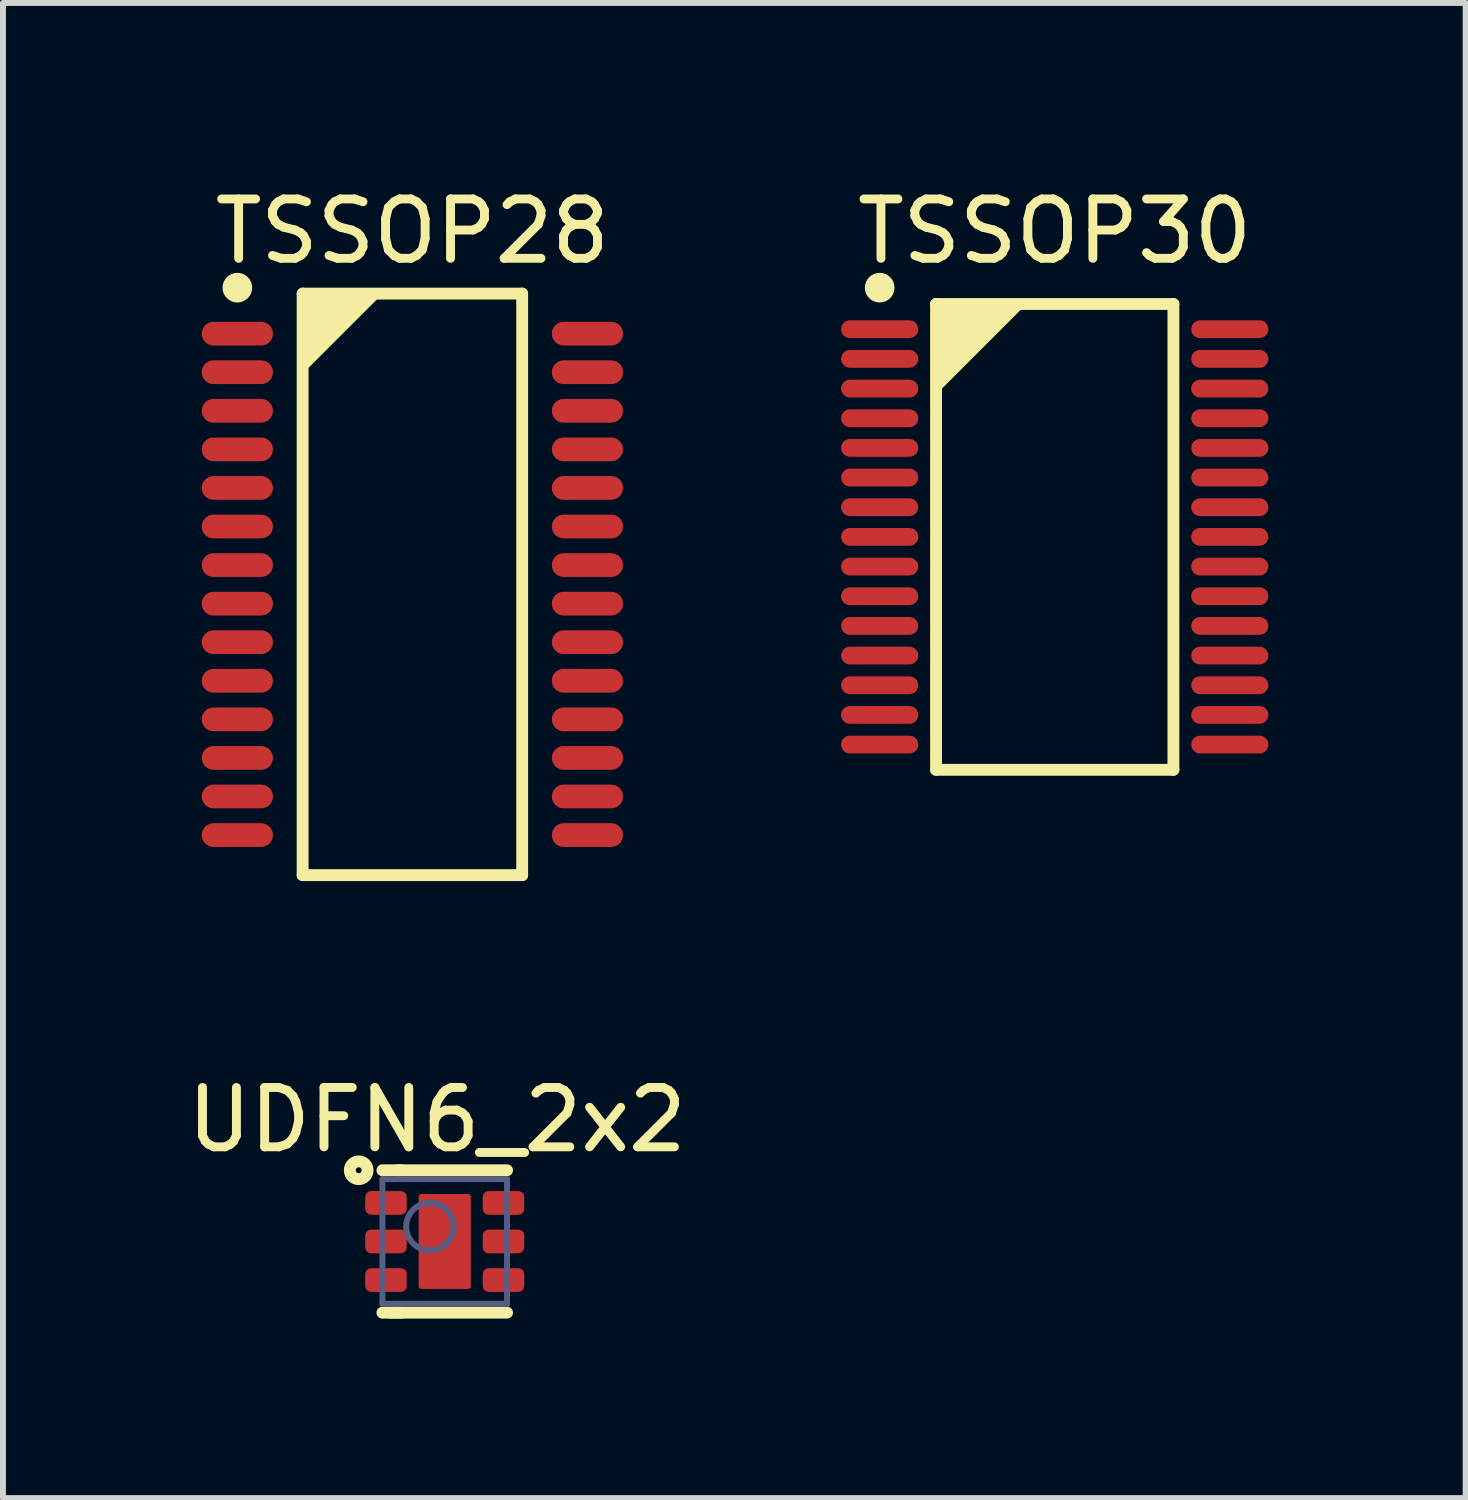
<source format=kicad_pcb>
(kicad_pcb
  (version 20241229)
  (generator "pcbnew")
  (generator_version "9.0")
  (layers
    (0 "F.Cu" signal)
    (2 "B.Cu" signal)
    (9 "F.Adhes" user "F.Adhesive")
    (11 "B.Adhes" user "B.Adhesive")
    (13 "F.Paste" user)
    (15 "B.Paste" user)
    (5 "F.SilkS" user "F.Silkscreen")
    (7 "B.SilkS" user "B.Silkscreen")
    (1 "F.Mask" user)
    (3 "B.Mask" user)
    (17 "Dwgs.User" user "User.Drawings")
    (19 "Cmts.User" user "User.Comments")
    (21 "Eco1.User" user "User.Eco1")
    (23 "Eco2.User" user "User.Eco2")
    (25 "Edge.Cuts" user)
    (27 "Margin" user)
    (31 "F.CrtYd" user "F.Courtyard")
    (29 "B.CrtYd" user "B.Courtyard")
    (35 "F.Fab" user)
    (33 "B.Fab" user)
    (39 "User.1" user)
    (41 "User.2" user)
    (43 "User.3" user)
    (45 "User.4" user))
  (footprint "TSSOP28"
    (layer "F.Cu")
    (at 3.9 6.798)
    (property "Reference" "TSSOP28" (at 0 -5.95 0) (layer "F.SilkS") (effects (font (size 1 1) (thickness 0.15))))
    (fp_line (start -1.85 -4.9) (end 1.85 -4.9) (stroke (width 0.2) (type solid)) (layer "F.SilkS"))
    (fp_line (start -1.85 4.9) (end -1.85 -4.9) (stroke (width 0.2) (type solid)) (layer "F.SilkS"))
    (fp_line (start -1.85 4.9) (end 1.85 4.9) (stroke (width 0.2) (type solid)) (layer "F.SilkS"))
    (fp_line (start 1.85 4.9) (end 1.85 -4.9) (stroke (width 0.2) (type solid)) (layer "F.SilkS"))
    (fp_circle (center -2.95 -5) (end -2.95 -5.125) (stroke (width 0.25) (type solid)) (fill no) (layer "F.SilkS"))
    (fp_poly (pts (xy -1.85 -4.9) (xy -0.5 -4.9) (xy -1.909 -3.491)) (stroke (width 0) (type default)) (fill yes) (layer "F.SilkS"))
    (fp_line (start -3.875 -5.15) (end 3.875 -5.15) (stroke (width 0.05) (type solid)) (layer "Eco2.User"))
    (fp_line (start -3.875 5.15) (end -3.875 -5.15) (stroke (width 0.05) (type solid)) (layer "Eco2.User"))
    (fp_line (start -3.875 5.15) (end 3.875 5.15) (stroke (width 0.05) (type solid)) (layer "Eco2.User"))
    (fp_line (start -0.5 0) (end 0.5 0) (stroke (width 0.1) (type solid)) (layer "Eco2.User"))
    (fp_line (start 0 0.5) (end 0 -0.5) (stroke (width 0.1) (type solid)) (layer "Eco2.User"))
    (fp_line (start 3.875 5.15) (end 3.875 -5.15) (stroke (width 0.05) (type solid)) (layer "Eco2.User"))
    (pad "1" smd oval (at -2.95 -4.225 90) (size 0.4 1.2) (layers "F.Cu" "F.Mask" "F.Paste"))
    (pad "2" smd oval (at -2.95 -3.575 90) (size 0.4 1.2) (layers "F.Cu" "F.Mask" "F.Paste"))
    (pad "3" smd oval (at -2.95 -2.925 90) (size 0.4 1.2) (layers "F.Cu" "F.Mask" "F.Paste"))
    (pad "4" smd oval (at -2.95 -2.275 90) (size 0.4 1.2) (layers "F.Cu" "F.Mask" "F.Paste"))
    (pad "5" smd oval (at -2.95 -1.625 90) (size 0.4 1.2) (layers "F.Cu" "F.Mask" "F.Paste"))
    (pad "6" smd oval (at -2.95 -0.975 90) (size 0.4 1.2) (layers "F.Cu" "F.Mask" "F.Paste"))
    (pad "7" smd oval (at -2.95 -0.325 90) (size 0.4 1.2) (layers "F.Cu" "F.Mask" "F.Paste"))
    (pad "8" smd oval (at -2.95 0.325 90) (size 0.4 1.2) (layers "F.Cu" "F.Mask" "F.Paste"))
    (pad "9" smd oval (at -2.95 0.975 90) (size 0.4 1.2) (layers "F.Cu" "F.Mask" "F.Paste"))
    (pad "10" smd oval (at -2.95 1.625 90) (size 0.4 1.2) (layers "F.Cu" "F.Mask" "F.Paste"))
    (pad "11" smd oval (at -2.95 2.275 90) (size 0.4 1.2) (layers "F.Cu" "F.Mask" "F.Paste"))
    (pad "12" smd oval (at -2.95 2.925 90) (size 0.4 1.2) (layers "F.Cu" "F.Mask" "F.Paste"))
    (pad "13" smd oval (at -2.95 3.575 90) (size 0.4 1.2) (layers "F.Cu" "F.Mask" "F.Paste"))
    (pad "14" smd oval (at -2.95 4.225 90) (size 0.4 1.2) (layers "F.Cu" "F.Mask" "F.Paste"))
    (pad "15" smd oval (at 2.95 4.225 90) (size 0.4 1.2) (layers "F.Cu" "F.Mask" "F.Paste"))
    (pad "16" smd oval (at 2.95 3.575 90) (size 0.4 1.2) (layers "F.Cu" "F.Mask" "F.Paste"))
    (pad "17" smd oval (at 2.95 2.925 90) (size 0.4 1.2) (layers "F.Cu" "F.Mask" "F.Paste"))
    (pad "18" smd oval (at 2.95 2.275 90) (size 0.4 1.2) (layers "F.Cu" "F.Mask" "F.Paste"))
    (pad "19" smd oval (at 2.95 1.625 90) (size 0.4 1.2) (layers "F.Cu" "F.Mask" "F.Paste"))
    (pad "20" smd oval (at 2.95 0.975 90) (size 0.4 1.2) (layers "F.Cu" "F.Mask" "F.Paste"))
    (pad "21" smd oval (at 2.95 0.325 90) (size 0.4 1.2) (layers "F.Cu" "F.Mask" "F.Paste"))
    (pad "22" smd oval (at 2.95 -0.325 90) (size 0.4 1.2) (layers "F.Cu" "F.Mask" "F.Paste"))
    (pad "23" smd oval (at 2.95 -0.975 90) (size 0.4 1.2) (layers "F.Cu" "F.Mask" "F.Paste"))
    (pad "24" smd oval (at 2.95 -1.625 90) (size 0.4 1.2) (layers "F.Cu" "F.Mask" "F.Paste"))
    (pad "25" smd oval (at 2.95 -2.275 90) (size 0.4 1.2) (layers "F.Cu" "F.Mask" "F.Paste"))
    (pad "26" smd oval (at 2.95 -2.925 90) (size 0.4 1.2) (layers "F.Cu" "F.Mask" "F.Paste"))
    (pad "27" smd oval (at 2.95 -3.575 90) (size 0.4 1.2) (layers "F.Cu" "F.Mask" "F.Paste"))
    (pad "28" smd oval (at 2.95 -4.225 90) (size 0.4 1.2) (layers "F.Cu" "F.Mask" "F.Paste")))
  (footprint "TSSOP30"
    (layer "F.Cu")
    (at 14.725 5.998)
    (property "Reference" "TSSOP30" (at 0 -5.15 0) (layer "F.SilkS") (effects (font (size 1 1) (thickness 0.15))))
    (fp_line (start -2 -3.925) (end 2 -3.925) (stroke (width 0.2) (type solid)) (layer "F.SilkS"))
    (fp_line (start -2 3.925) (end -2 -3.925) (stroke (width 0.2) (type solid)) (layer "F.SilkS"))
    (fp_line (start -2 3.925) (end 2 3.925) (stroke (width 0.2) (type solid)) (layer "F.SilkS"))
    (fp_line (start 2 3.925) (end 2 -3.925) (stroke (width 0.2) (type solid)) (layer "F.SilkS"))
    (fp_circle (center -2.95 -4.2) (end -2.95 -4.325) (stroke (width 0.25) (type solid)) (fill no) (layer "F.SilkS"))
    (fp_poly (pts (xy -2 -3.9) (xy -0.5 -3.9) (xy -2 -2.4)) (stroke (width 0) (type default)) (fill yes) (layer "F.SilkS"))
    (fp_line (start -3.9 -4.2) (end 3.9 -4.2) (stroke (width 0.05) (type solid)) (layer "Eco2.User"))
    (fp_line (start -3.9 4.2) (end -3.9 -4.2) (stroke (width 0.05) (type solid)) (layer "Eco2.User"))
    (fp_line (start -3.9 4.2) (end 3.9 4.2) (stroke (width 0.05) (type solid)) (layer "Eco2.User"))
    (fp_line (start -0.5 0) (end 0.5 0) (stroke (width 0.1) (type solid)) (layer "Eco2.User"))
    (fp_line (start 0 0.5) (end 0 -0.5) (stroke (width 0.1) (type solid)) (layer "Eco2.User"))
    (fp_line (start 3.9 4.2) (end 3.9 -4.2) (stroke (width 0.05) (type solid)) (layer "Eco2.User"))
    (pad "1" smd oval (at -2.95 -3.5 90) (size 0.3 1.3) (layers "F.Cu" "F.Mask" "F.Paste"))
    (pad "2" smd oval (at -2.95 -3 90) (size 0.3 1.3) (layers "F.Cu" "F.Mask" "F.Paste"))
    (pad "3" smd oval (at -2.95 -2.5 90) (size 0.3 1.3) (layers "F.Cu" "F.Mask" "F.Paste"))
    (pad "4" smd oval (at -2.95 -2 90) (size 0.3 1.3) (layers "F.Cu" "F.Mask" "F.Paste"))
    (pad "5" smd oval (at -2.95 -1.5 90) (size 0.3 1.3) (layers "F.Cu" "F.Mask" "F.Paste"))
    (pad "6" smd oval (at -2.95 -1 90) (size 0.3 1.3) (layers "F.Cu" "F.Mask" "F.Paste"))
    (pad "7" smd oval (at -2.95 -0.5 90) (size 0.3 1.3) (layers "F.Cu" "F.Mask" "F.Paste"))
    (pad "8" smd oval (at -2.95 0 90) (size 0.3 1.3) (layers "F.Cu" "F.Mask" "F.Paste"))
    (pad "9" smd oval (at -2.95 0.5 90) (size 0.3 1.3) (layers "F.Cu" "F.Mask" "F.Paste"))
    (pad "10" smd oval (at -2.95 1 90) (size 0.3 1.3) (layers "F.Cu" "F.Mask" "F.Paste"))
    (pad "11" smd oval (at -2.95 1.5 90) (size 0.3 1.3) (layers "F.Cu" "F.Mask" "F.Paste"))
    (pad "12" smd oval (at -2.95 2 90) (size 0.3 1.3) (layers "F.Cu" "F.Mask" "F.Paste"))
    (pad "13" smd oval (at -2.95 2.5 90) (size 0.3 1.3) (layers "F.Cu" "F.Mask" "F.Paste"))
    (pad "14" smd oval (at -2.95 3 90) (size 0.3 1.3) (layers "F.Cu" "F.Mask" "F.Paste"))
    (pad "15" smd oval (at -2.95 3.5 90) (size 0.3 1.3) (layers "F.Cu" "F.Mask" "F.Paste"))
    (pad "16" smd oval (at 2.95 3.5 90) (size 0.3 1.3) (layers "F.Cu" "F.Mask" "F.Paste"))
    (pad "17" smd oval (at 2.95 3 90) (size 0.3 1.3) (layers "F.Cu" "F.Mask" "F.Paste"))
    (pad "18" smd oval (at 2.95 2.5 90) (size 0.3 1.3) (layers "F.Cu" "F.Mask" "F.Paste"))
    (pad "19" smd oval (at 2.95 2 90) (size 0.3 1.3) (layers "F.Cu" "F.Mask" "F.Paste"))
    (pad "20" smd oval (at 2.95 1.5 90) (size 0.3 1.3) (layers "F.Cu" "F.Mask" "F.Paste"))
    (pad "21" smd oval (at 2.95 1 90) (size 0.3 1.3) (layers "F.Cu" "F.Mask" "F.Paste"))
    (pad "22" smd oval (at 2.95 0.5 90) (size 0.3 1.3) (layers "F.Cu" "F.Mask" "F.Paste"))
    (pad "23" smd oval (at 2.95 0 90) (size 0.3 1.3) (layers "F.Cu" "F.Mask" "F.Paste"))
    (pad "24" smd oval (at 2.95 -0.5 90) (size 0.3 1.3) (layers "F.Cu" "F.Mask" "F.Paste"))
    (pad "25" smd oval (at 2.95 -1 90) (size 0.3 1.3) (layers "F.Cu" "F.Mask" "F.Paste"))
    (pad "26" smd oval (at 2.95 -1.5 90) (size 0.3 1.3) (layers "F.Cu" "F.Mask" "F.Paste"))
    (pad "27" smd oval (at 2.95 -2 90) (size 0.3 1.3) (layers "F.Cu" "F.Mask" "F.Paste"))
    (pad "28" smd oval (at 2.95 -2.5 90) (size 0.3 1.3) (layers "F.Cu" "F.Mask" "F.Paste"))
    (pad "29" smd oval (at 2.95 -3 90) (size 0.3 1.3) (layers "F.Cu" "F.Mask" "F.Paste"))
    (pad "30" smd oval (at 2.95 -3.5 90) (size 0.3 1.3) (layers "F.Cu" "F.Mask" "F.Paste")))
  (footprint "UDFN6_2x2"
    (layer "F.Cu")
    (at 4.445 17.872)
    (property "Reference" "UDFN6_2x2" (at -0.13 -2.05 0) (layer "F.SilkS") (effects (font (size 1 1) (thickness 0.15))))
    (fp_line (start -1.05 -1.2) (end -0.74 -1.2) (stroke (width 0.2) (type solid)) (layer "F.SilkS"))
    (fp_line (start -1.05 1.2) (end -0.74 1.2) (stroke (width 0.2) (type solid)) (layer "F.SilkS"))
    (fp_line (start -0.9 1.2) (end 1.05 1.2) (stroke (width 0.2) (type solid)) (layer "F.SilkS"))
    (fp_line (start -0.8 -1.2) (end 1.05 -1.2) (stroke (width 0.2) (type solid)) (layer "F.SilkS"))
    (fp_circle (center -1.45 -1.2) (end -1.45 -1.25) (stroke (width 0.2) (type solid)) (fill no) (layer "F.SilkS"))
    (fp_line (start -1.605 -1.3) (end 1.605 -1.3) (stroke (width 0.05) (type solid)) (layer "Eco2.User"))
    (fp_line (start -1.605 1.3) (end -1.605 -1.3) (stroke (width 0.05) (type solid)) (layer "Eco2.User"))
    (fp_line (start -1.605 1.3) (end 1.605 1.3) (stroke (width 0.05) (type solid)) (layer "Eco2.User"))
    (fp_line (start -0.5 0) (end 0.5 0) (stroke (width 0.1) (type solid)) (layer "Eco2.User"))
    (fp_line (start 0 0.5) (end 0 -0.5) (stroke (width 0.1) (type solid)) (layer "Eco2.User"))
    (fp_line (start 1.605 1.3) (end 1.605 -1.3) (stroke (width 0.05) (type solid)) (layer "Eco2.User"))
    (fp_line (start -1.05 -1.05) (end 1.05 -1.05) (stroke (width 0.1) (type solid)) (layer "B.Fab"))
    (fp_line (start -1.05 1.05) (end -1.05 -1.05) (stroke (width 0.1) (type solid)) (layer "B.Fab"))
    (fp_line (start -1.05 1.05) (end 1.05 1.05) (stroke (width 0.1) (type solid)) (layer "B.Fab"))
    (fp_line (start 1.05 1.05) (end 1.05 -1.05) (stroke (width 0.1) (type solid)) (layer "B.Fab"))
    (fp_circle (center -0.25 -0.25) (end -0.25 -0.65) (stroke (width 0.1) (type solid)) (fill no) (layer "B.Fab"))
    (pad "1" smd roundrect (at -0.99 -0.65 90) (size 0.4 0.7) (layers "F.Cu" "F.Mask" "F.Paste") (roundrect_rratio 0.25))
    (pad "2" smd roundrect (at -0.99 0 90) (size 0.4 0.7) (layers "F.Cu" "F.Mask" "F.Paste") (roundrect_rratio 0.25))
    (pad "3" smd roundrect (at -0.99 0.65 90) (size 0.4 0.7) (layers "F.Cu" "F.Mask" "F.Paste") (roundrect_rratio 0.25))
    (pad "4" smd roundrect (at 0.99 0.65 90) (size 0.4 0.7) (layers "F.Cu" "F.Mask" "F.Paste") (roundrect_rratio 0.25))
    (pad "5" smd roundrect (at 0.99 0 90) (size 0.4 0.7) (layers "F.Cu" "F.Mask" "F.Paste") (roundrect_rratio 0.25))
    (pad "6" smd roundrect (at 0.99 -0.65 90) (size 0.4 0.7) (layers "F.Cu" "F.Mask" "F.Paste") (roundrect_rratio 0.25))
    (pad "7" smd roundrect (at 0 0 90) (size 1.6 0.88) (layers "F.Cu" "F.Mask" "F.Paste") (roundrect_rratio 0.05)))
  (gr_rect
    (start -3 -3)
    (end 21.65 22.197)
    (stroke (width 0.1) (type default))
    (fill no)
    (layer "Edge.Cuts")))
</source>
